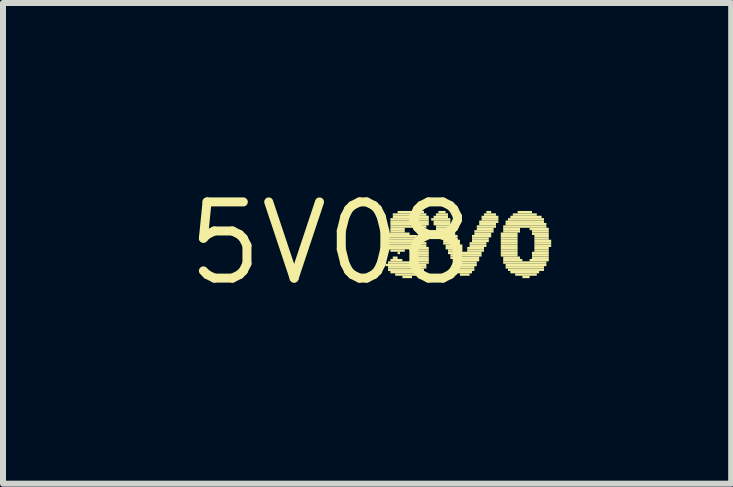
<source format=kicad_pcb>
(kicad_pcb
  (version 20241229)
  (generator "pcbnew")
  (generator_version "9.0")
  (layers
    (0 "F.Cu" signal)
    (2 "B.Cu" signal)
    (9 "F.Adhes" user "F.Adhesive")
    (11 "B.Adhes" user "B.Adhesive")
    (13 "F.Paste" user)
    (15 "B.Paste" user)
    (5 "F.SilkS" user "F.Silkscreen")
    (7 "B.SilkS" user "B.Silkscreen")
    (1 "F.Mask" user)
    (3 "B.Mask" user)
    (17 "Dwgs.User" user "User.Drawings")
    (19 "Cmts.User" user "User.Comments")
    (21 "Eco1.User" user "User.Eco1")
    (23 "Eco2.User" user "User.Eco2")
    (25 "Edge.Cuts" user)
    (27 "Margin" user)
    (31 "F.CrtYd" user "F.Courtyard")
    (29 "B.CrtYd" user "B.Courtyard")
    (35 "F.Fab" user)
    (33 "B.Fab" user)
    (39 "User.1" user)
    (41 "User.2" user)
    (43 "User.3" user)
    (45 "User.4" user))
  (footprint "5V08"
    (layer "F.Cu")
    (at 2.457 1.006)
    (property "Reference" "5V08" (at 0 0 0) (layer "F.SilkS") (effects (font (size 1.27 1.27) (thickness 0.15))))
    (fp_poly (pts (xy 0.92 0.38) (xy 1.6 0.38) (xy 1.6 0.34) (xy 0.92 0.34)) (stroke (width 0) (type solid)) (fill yes) (layer "F.SilkS"))
    (fp_poly (pts (xy 0.96 -0.14) (xy 1.32 -0.14) (xy 1.32 -0.18) (xy 0.96 -0.18)) (stroke (width 0) (type solid)) (fill yes) (layer "F.SilkS"))
    (fp_poly (pts (xy 0.96 -0.1) (xy 1.44 -0.1) (xy 1.44 -0.14) (xy 0.96 -0.14)) (stroke (width 0) (type solid)) (fill yes) (layer "F.SilkS"))
    (fp_poly (pts (xy 0.96 -0.06) (xy 1.52 -0.06) (xy 1.52 -0.1) (xy 0.96 -0.1)) (stroke (width 0) (type solid)) (fill yes) (layer "F.SilkS"))
    (fp_poly (pts (xy 0.96 -0.02) (xy 1.56 -0.02) (xy 1.56 -0.06) (xy 0.96 -0.06)) (stroke (width 0) (type solid)) (fill yes) (layer "F.SilkS"))
    (fp_poly (pts (xy 0.96 0.02) (xy 1.6 0.02) (xy 1.6 -0.02) (xy 0.96 -0.02)) (stroke (width 0) (type solid)) (fill yes) (layer "F.SilkS"))
    (fp_poly (pts (xy 0.96 0.06) (xy 1.6 0.06) (xy 1.6 0.02) (xy 0.96 0.02)) (stroke (width 0) (type solid)) (fill yes) (layer "F.SilkS"))
    (fp_poly (pts (xy 0.96 0.1) (xy 1.64 0.1) (xy 1.64 0.06) (xy 0.96 0.06)) (stroke (width 0) (type solid)) (fill yes) (layer "F.SilkS"))
    (fp_poly (pts (xy 0.96 0.34) (xy 1.64 0.34) (xy 1.64 0.3) (xy 0.96 0.3)) (stroke (width 0) (type solid)) (fill yes) (layer "F.SilkS"))
    (fp_poly (pts (xy 0.96 0.42) (xy 1.6 0.42) (xy 1.6 0.38) (xy 0.96 0.38)) (stroke (width 0) (type solid)) (fill yes) (layer "F.SilkS"))
    (fp_poly (pts (xy 0.96 0.46) (xy 1.56 0.46) (xy 1.56 0.42) (xy 0.96 0.42)) (stroke (width 0) (type solid)) (fill yes) (layer "F.SilkS"))
    (fp_poly (pts (xy 1 -0.38) (xy 1.64 -0.38) (xy 1.64 -0.42) (xy 1 -0.42)) (stroke (width 0) (type solid)) (fill yes) (layer "F.SilkS"))
    (fp_poly (pts (xy 1 -0.34) (xy 1.64 -0.34) (xy 1.64 -0.38) (xy 1 -0.38)) (stroke (width 0) (type solid)) (fill yes) (layer "F.SilkS"))
    (fp_poly (pts (xy 1 -0.3) (xy 1.64 -0.3) (xy 1.64 -0.34) (xy 1 -0.34)) (stroke (width 0) (type solid)) (fill yes) (layer "F.SilkS"))
    (fp_poly (pts (xy 1 -0.26) (xy 1.6 -0.26) (xy 1.6 -0.3) (xy 1 -0.3)) (stroke (width 0) (type solid)) (fill yes) (layer "F.SilkS"))
    (fp_poly (pts (xy 1 -0.22) (xy 1.24 -0.22) (xy 1.24 -0.26) (xy 1 -0.26)) (stroke (width 0) (type solid)) (fill yes) (layer "F.SilkS"))
    (fp_poly (pts (xy 1 -0.18) (xy 1.24 -0.18) (xy 1.24 -0.22) (xy 1 -0.22)) (stroke (width 0) (type solid)) (fill yes) (layer "F.SilkS"))
    (fp_poly (pts (xy 1 0.14) (xy 1.24 0.14) (xy 1.24 0.1) (xy 1 0.1)) (stroke (width 0) (type solid)) (fill yes) (layer "F.SilkS"))
    (fp_poly (pts (xy 1 0.3) (xy 1.2 0.3) (xy 1.2 0.26) (xy 1 0.26)) (stroke (width 0) (type solid)) (fill yes) (layer "F.SilkS"))
    (fp_poly (pts (xy 1 0.5) (xy 1.52 0.5) (xy 1.52 0.46) (xy 1 0.46)) (stroke (width 0) (type solid)) (fill yes) (layer "F.SilkS"))
    (fp_poly (pts (xy 1.04 -0.46) (xy 1.6 -0.46) (xy 1.6 -0.5) (xy 1.04 -0.5)) (stroke (width 0) (type solid)) (fill yes) (layer "F.SilkS"))
    (fp_poly (pts (xy 1.04 -0.42) (xy 1.64 -0.42) (xy 1.64 -0.46) (xy 1.04 -0.46)) (stroke (width 0) (type solid)) (fill yes) (layer "F.SilkS"))
    (fp_poly (pts (xy 1.04 0.26) (xy 1.12 0.26) (xy 1.12 0.22) (xy 1.04 0.22)) (stroke (width 0) (type solid)) (fill yes) (layer "F.SilkS"))
    (fp_poly (pts (xy 1.08 0.54) (xy 1.48 0.54) (xy 1.48 0.5) (xy 1.08 0.5)) (stroke (width 0) (type solid)) (fill yes) (layer "F.SilkS"))
    (fp_poly (pts (xy 1.12 -0.5) (xy 1.56 -0.5) (xy 1.56 -0.54) (xy 1.12 -0.54)) (stroke (width 0) (type solid)) (fill yes) (layer "F.SilkS"))
    (fp_poly (pts (xy 1.12 0.18) (xy 1.16 0.18) (xy 1.16 0.14) (xy 1.12 0.14)) (stroke (width 0) (type solid)) (fill yes) (layer "F.SilkS"))
    (fp_poly (pts (xy 1.2 0.58) (xy 1.36 0.58) (xy 1.36 0.54) (xy 1.2 0.54)) (stroke (width 0) (type solid)) (fill yes) (layer "F.SilkS"))
    (fp_poly (pts (xy 1.36 0.14) (xy 1.64 0.14) (xy 1.64 0.1) (xy 1.36 0.1)) (stroke (width 0) (type solid)) (fill yes) (layer "F.SilkS"))
    (fp_poly (pts (xy 1.36 0.18) (xy 1.64 0.18) (xy 1.64 0.14) (xy 1.36 0.14)) (stroke (width 0) (type solid)) (fill yes) (layer "F.SilkS"))
    (fp_poly (pts (xy 1.36 0.26) (xy 1.64 0.26) (xy 1.64 0.22) (xy 1.36 0.22)) (stroke (width 0) (type solid)) (fill yes) (layer "F.SilkS"))
    (fp_poly (pts (xy 1.36 0.3) (xy 1.64 0.3) (xy 1.64 0.26) (xy 1.36 0.26)) (stroke (width 0) (type solid)) (fill yes) (layer "F.SilkS"))
    (fp_poly (pts (xy 1.4 0.22) (xy 1.64 0.22) (xy 1.64 0.18) (xy 1.4 0.18)) (stroke (width 0) (type solid)) (fill yes) (layer "F.SilkS"))
    (fp_poly (pts (xy 1.68 -0.38) (xy 2 -0.38) (xy 2 -0.42) (xy 1.68 -0.42)) (stroke (width 0) (type solid)) (fill yes) (layer "F.SilkS"))
    (fp_poly (pts (xy 1.72 -0.42) (xy 1.96 -0.42) (xy 1.96 -0.46) (xy 1.72 -0.46)) (stroke (width 0) (type solid)) (fill yes) (layer "F.SilkS"))
    (fp_poly (pts (xy 1.72 -0.34) (xy 2 -0.34) (xy 2 -0.38) (xy 1.72 -0.38)) (stroke (width 0) (type solid)) (fill yes) (layer "F.SilkS"))
    (fp_poly (pts (xy 1.72 -0.3) (xy 2 -0.3) (xy 2 -0.34) (xy 1.72 -0.34)) (stroke (width 0) (type solid)) (fill yes) (layer "F.SilkS"))
    (fp_poly (pts (xy 1.76 -0.46) (xy 1.96 -0.46) (xy 1.96 -0.5) (xy 1.76 -0.5)) (stroke (width 0) (type solid)) (fill yes) (layer "F.SilkS"))
    (fp_poly (pts (xy 1.76 -0.26) (xy 2.04 -0.26) (xy 2.04 -0.3) (xy 1.76 -0.3)) (stroke (width 0) (type solid)) (fill yes) (layer "F.SilkS"))
    (fp_poly (pts (xy 1.76 -0.22) (xy 2.04 -0.22) (xy 2.04 -0.26) (xy 1.76 -0.26)) (stroke (width 0) (type solid)) (fill yes) (layer "F.SilkS"))
    (fp_poly (pts (xy 1.8 -0.5) (xy 1.92 -0.5) (xy 1.92 -0.54) (xy 1.8 -0.54)) (stroke (width 0) (type solid)) (fill yes) (layer "F.SilkS"))
    (fp_poly (pts (xy 1.8 -0.18) (xy 2.08 -0.18) (xy 2.08 -0.22) (xy 1.8 -0.22)) (stroke (width 0) (type solid)) (fill yes) (layer "F.SilkS"))
    (fp_poly (pts (xy 1.8 -0.14) (xy 2.08 -0.14) (xy 2.08 -0.18) (xy 1.8 -0.18)) (stroke (width 0) (type solid)) (fill yes) (layer "F.SilkS"))
    (fp_poly (pts (xy 1.84 -0.1) (xy 2.12 -0.1) (xy 2.12 -0.14) (xy 1.84 -0.14)) (stroke (width 0) (type solid)) (fill yes) (layer "F.SilkS"))
    (fp_poly (pts (xy 1.84 -0.06) (xy 2.12 -0.06) (xy 2.12 -0.1) (xy 1.84 -0.1)) (stroke (width 0) (type solid)) (fill yes) (layer "F.SilkS"))
    (fp_poly (pts (xy 1.88 -0.02) (xy 2.16 -0.02) (xy 2.16 -0.06) (xy 1.88 -0.06)) (stroke (width 0) (type solid)) (fill yes) (layer "F.SilkS"))
    (fp_poly (pts (xy 1.88 0.02) (xy 2.16 0.02) (xy 2.16 -0.02) (xy 1.88 -0.02)) (stroke (width 0) (type solid)) (fill yes) (layer "F.SilkS"))
    (fp_poly (pts (xy 1.92 0.06) (xy 2.2 0.06) (xy 2.2 0.02) (xy 1.92 0.02)) (stroke (width 0) (type solid)) (fill yes) (layer "F.SilkS"))
    (fp_poly (pts (xy 1.92 0.1) (xy 2.2 0.1) (xy 2.2 0.06) (xy 1.92 0.06)) (stroke (width 0) (type solid)) (fill yes) (layer "F.SilkS"))
    (fp_poly (pts (xy 1.96 0.14) (xy 2.2 0.14) (xy 2.2 0.1) (xy 1.96 0.1)) (stroke (width 0) (type solid)) (fill yes) (layer "F.SilkS"))
    (fp_poly (pts (xy 1.96 0.18) (xy 2.52 0.18) (xy 2.52 0.14) (xy 1.96 0.14)) (stroke (width 0) (type solid)) (fill yes) (layer "F.SilkS"))
    (fp_poly (pts (xy 2 0.22) (xy 2.52 0.22) (xy 2.52 0.18) (xy 2 0.18)) (stroke (width 0) (type solid)) (fill yes) (layer "F.SilkS"))
    (fp_poly (pts (xy 2 0.26) (xy 2.48 0.26) (xy 2.48 0.22) (xy 2 0.22)) (stroke (width 0) (type solid)) (fill yes) (layer "F.SilkS"))
    (fp_poly (pts (xy 2.04 0.3) (xy 2.48 0.3) (xy 2.48 0.26) (xy 2.04 0.26)) (stroke (width 0) (type solid)) (fill yes) (layer "F.SilkS"))
    (fp_poly (pts (xy 2.04 0.34) (xy 2.44 0.34) (xy 2.44 0.3) (xy 2.04 0.3)) (stroke (width 0) (type solid)) (fill yes) (layer "F.SilkS"))
    (fp_poly (pts (xy 2.08 0.38) (xy 2.44 0.38) (xy 2.44 0.34) (xy 2.08 0.34)) (stroke (width 0) (type solid)) (fill yes) (layer "F.SilkS"))
    (fp_poly (pts (xy 2.08 0.42) (xy 2.4 0.42) (xy 2.4 0.38) (xy 2.08 0.38)) (stroke (width 0) (type solid)) (fill yes) (layer "F.SilkS"))
    (fp_poly (pts (xy 2.08 0.46) (xy 2.4 0.46) (xy 2.4 0.42) (xy 2.08 0.42)) (stroke (width 0) (type solid)) (fill yes) (layer "F.SilkS"))
    (fp_poly (pts (xy 2.12 0.5) (xy 2.36 0.5) (xy 2.36 0.46) (xy 2.12 0.46)) (stroke (width 0) (type solid)) (fill yes) (layer "F.SilkS"))
    (fp_poly (pts (xy 2.16 0.54) (xy 2.32 0.54) (xy 2.32 0.5) (xy 2.16 0.5)) (stroke (width 0) (type solid)) (fill yes) (layer "F.SilkS"))
    (fp_poly (pts (xy 2.28 0.1) (xy 2.56 0.1) (xy 2.56 0.06) (xy 2.28 0.06)) (stroke (width 0) (type solid)) (fill yes) (layer "F.SilkS"))
    (fp_poly (pts (xy 2.28 0.14) (xy 2.56 0.14) (xy 2.56 0.1) (xy 2.28 0.1)) (stroke (width 0) (type solid)) (fill yes) (layer "F.SilkS"))
    (fp_poly (pts (xy 2.32 0.02) (xy 2.6 0.02) (xy 2.6 -0.02) (xy 2.32 -0.02)) (stroke (width 0) (type solid)) (fill yes) (layer "F.SilkS"))
    (fp_poly (pts (xy 2.32 0.06) (xy 2.6 0.06) (xy 2.6 0.02) (xy 2.32 0.02)) (stroke (width 0) (type solid)) (fill yes) (layer "F.SilkS"))
    (fp_poly (pts (xy 2.36 -0.1) (xy 2.68 -0.1) (xy 2.68 -0.14) (xy 2.36 -0.14)) (stroke (width 0) (type solid)) (fill yes) (layer "F.SilkS"))
    (fp_poly (pts (xy 2.36 -0.06) (xy 2.64 -0.06) (xy 2.64 -0.1) (xy 2.36 -0.1)) (stroke (width 0) (type solid)) (fill yes) (layer "F.SilkS"))
    (fp_poly (pts (xy 2.36 -0.02) (xy 2.64 -0.02) (xy 2.64 -0.06) (xy 2.36 -0.06)) (stroke (width 0) (type solid)) (fill yes) (layer "F.SilkS"))
    (fp_poly (pts (xy 2.4 -0.18) (xy 2.72 -0.18) (xy 2.72 -0.22) (xy 2.4 -0.22)) (stroke (width 0) (type solid)) (fill yes) (layer "F.SilkS"))
    (fp_poly (pts (xy 2.4 -0.14) (xy 2.68 -0.14) (xy 2.68 -0.18) (xy 2.4 -0.18)) (stroke (width 0) (type solid)) (fill yes) (layer "F.SilkS"))
    (fp_poly (pts (xy 2.44 -0.26) (xy 2.76 -0.26) (xy 2.76 -0.3) (xy 2.44 -0.3)) (stroke (width 0) (type solid)) (fill yes) (layer "F.SilkS"))
    (fp_poly (pts (xy 2.44 -0.22) (xy 2.72 -0.22) (xy 2.72 -0.26) (xy 2.44 -0.26)) (stroke (width 0) (type solid)) (fill yes) (layer "F.SilkS"))
    (fp_poly (pts (xy 2.48 -0.34) (xy 2.8 -0.34) (xy 2.8 -0.38) (xy 2.48 -0.38)) (stroke (width 0) (type solid)) (fill yes) (layer "F.SilkS"))
    (fp_poly (pts (xy 2.48 -0.3) (xy 2.76 -0.3) (xy 2.76 -0.34) (xy 2.48 -0.34)) (stroke (width 0) (type solid)) (fill yes) (layer "F.SilkS"))
    (fp_poly (pts (xy 2.52 -0.42) (xy 2.8 -0.42) (xy 2.8 -0.46) (xy 2.52 -0.46)) (stroke (width 0) (type solid)) (fill yes) (layer "F.SilkS"))
    (fp_poly (pts (xy 2.52 -0.38) (xy 2.8 -0.38) (xy 2.8 -0.42) (xy 2.52 -0.42)) (stroke (width 0) (type solid)) (fill yes) (layer "F.SilkS"))
    (fp_poly (pts (xy 2.56 -0.46) (xy 2.76 -0.46) (xy 2.76 -0.5) (xy 2.56 -0.5)) (stroke (width 0) (type solid)) (fill yes) (layer "F.SilkS"))
    (fp_poly (pts (xy 2.6 -0.5) (xy 2.68 -0.5) (xy 2.68 -0.54) (xy 2.6 -0.54)) (stroke (width 0) (type solid)) (fill yes) (layer "F.SilkS"))
    (fp_poly (pts (xy 2.84 -0.14) (xy 3.12 -0.14) (xy 3.12 -0.18) (xy 2.84 -0.18)) (stroke (width 0) (type solid)) (fill yes) (layer "F.SilkS"))
    (fp_poly (pts (xy 2.84 -0.1) (xy 3.12 -0.1) (xy 3.12 -0.14) (xy 2.84 -0.14)) (stroke (width 0) (type solid)) (fill yes) (layer "F.SilkS"))
    (fp_poly (pts (xy 2.84 -0.06) (xy 3.12 -0.06) (xy 3.12 -0.1) (xy 2.84 -0.1)) (stroke (width 0) (type solid)) (fill yes) (layer "F.SilkS"))
    (fp_poly (pts (xy 2.84 -0.02) (xy 3.12 -0.02) (xy 3.12 -0.06) (xy 2.84 -0.06)) (stroke (width 0) (type solid)) (fill yes) (layer "F.SilkS"))
    (fp_poly (pts (xy 2.84 0.02) (xy 3.12 0.02) (xy 3.12 -0.02) (xy 2.84 -0.02)) (stroke (width 0) (type solid)) (fill yes) (layer "F.SilkS"))
    (fp_poly (pts (xy 2.84 0.06) (xy 3.12 0.06) (xy 3.12 0.02) (xy 2.84 0.02)) (stroke (width 0) (type solid)) (fill yes) (layer "F.SilkS"))
    (fp_poly (pts (xy 2.84 0.1) (xy 3.12 0.1) (xy 3.12 0.06) (xy 2.84 0.06)) (stroke (width 0) (type solid)) (fill yes) (layer "F.SilkS"))
    (fp_poly (pts (xy 2.84 0.14) (xy 3.12 0.14) (xy 3.12 0.1) (xy 2.84 0.1)) (stroke (width 0) (type solid)) (fill yes) (layer "F.SilkS"))
    (fp_poly (pts (xy 2.84 0.18) (xy 3.12 0.18) (xy 3.12 0.14) (xy 2.84 0.14)) (stroke (width 0) (type solid)) (fill yes) (layer "F.SilkS"))
    (fp_poly (pts (xy 2.84 0.22) (xy 3.12 0.22) (xy 3.12 0.18) (xy 2.84 0.18)) (stroke (width 0) (type solid)) (fill yes) (layer "F.SilkS"))
    (fp_poly (pts (xy 2.88 -0.26) (xy 3.6 -0.26) (xy 3.6 -0.3) (xy 2.88 -0.3)) (stroke (width 0) (type solid)) (fill yes) (layer "F.SilkS"))
    (fp_poly (pts (xy 2.88 -0.22) (xy 3.16 -0.22) (xy 3.16 -0.26) (xy 2.88 -0.26)) (stroke (width 0) (type solid)) (fill yes) (layer "F.SilkS"))
    (fp_poly (pts (xy 2.88 -0.18) (xy 3.16 -0.18) (xy 3.16 -0.22) (xy 2.88 -0.22)) (stroke (width 0) (type solid)) (fill yes) (layer "F.SilkS"))
    (fp_poly (pts (xy 2.88 0.26) (xy 3.16 0.26) (xy 3.16 0.22) (xy 2.88 0.22)) (stroke (width 0) (type solid)) (fill yes) (layer "F.SilkS"))
    (fp_poly (pts (xy 2.88 0.3) (xy 3.2 0.3) (xy 3.2 0.26) (xy 2.88 0.26)) (stroke (width 0) (type solid)) (fill yes) (layer "F.SilkS"))
    (fp_poly (pts (xy 2.88 0.34) (xy 3.6 0.34) (xy 3.6 0.3) (xy 2.88 0.3)) (stroke (width 0) (type solid)) (fill yes) (layer "F.SilkS"))
    (fp_poly (pts (xy 2.92 -0.34) (xy 3.56 -0.34) (xy 3.56 -0.38) (xy 2.92 -0.38)) (stroke (width 0) (type solid)) (fill yes) (layer "F.SilkS"))
    (fp_poly (pts (xy 2.92 -0.3) (xy 3.6 -0.3) (xy 3.6 -0.34) (xy 2.92 -0.34)) (stroke (width 0) (type solid)) (fill yes) (layer "F.SilkS"))
    (fp_poly (pts (xy 2.92 0.38) (xy 3.6 0.38) (xy 3.6 0.34) (xy 2.92 0.34)) (stroke (width 0) (type solid)) (fill yes) (layer "F.SilkS"))
    (fp_poly (pts (xy 2.92 0.42) (xy 3.56 0.42) (xy 3.56 0.38) (xy 2.92 0.38)) (stroke (width 0) (type solid)) (fill yes) (layer "F.SilkS"))
    (fp_poly (pts (xy 2.96 -0.38) (xy 3.56 -0.38) (xy 3.56 -0.42) (xy 2.96 -0.42)) (stroke (width 0) (type solid)) (fill yes) (layer "F.SilkS"))
    (fp_poly (pts (xy 2.96 0.46) (xy 3.56 0.46) (xy 3.56 0.42) (xy 2.96 0.42)) (stroke (width 0) (type solid)) (fill yes) (layer "F.SilkS"))
    (fp_poly (pts (xy 3 -0.42) (xy 3.52 -0.42) (xy 3.52 -0.46) (xy 3 -0.46)) (stroke (width 0) (type solid)) (fill yes) (layer "F.SilkS"))
    (fp_poly (pts (xy 3 0.5) (xy 3.48 0.5) (xy 3.48 0.46) (xy 3 0.46)) (stroke (width 0) (type solid)) (fill yes) (layer "F.SilkS"))
    (fp_poly (pts (xy 3.04 -0.46) (xy 3.44 -0.46) (xy 3.44 -0.5) (xy 3.04 -0.5)) (stroke (width 0) (type solid)) (fill yes) (layer "F.SilkS"))
    (fp_poly (pts (xy 3.08 0.54) (xy 3.44 0.54) (xy 3.44 0.5) (xy 3.08 0.5)) (stroke (width 0) (type solid)) (fill yes) (layer "F.SilkS"))
    (fp_poly (pts (xy 3.12 -0.5) (xy 3.36 -0.5) (xy 3.36 -0.54) (xy 3.12 -0.54)) (stroke (width 0) (type solid)) (fill yes) (layer "F.SilkS"))
    (fp_poly (pts (xy 3.2 0.58) (xy 3.32 0.58) (xy 3.32 0.54) (xy 3.2 0.54)) (stroke (width 0) (type solid)) (fill yes) (layer "F.SilkS"))
    (fp_poly (pts (xy 3.32 -0.22) (xy 3.64 -0.22) (xy 3.64 -0.26) (xy 3.32 -0.26)) (stroke (width 0) (type solid)) (fill yes) (layer "F.SilkS"))
    (fp_poly (pts (xy 3.32 0.3) (xy 3.64 0.3) (xy 3.64 0.26) (xy 3.32 0.26)) (stroke (width 0) (type solid)) (fill yes) (layer "F.SilkS"))
    (fp_poly (pts (xy 3.36 -0.18) (xy 3.64 -0.18) (xy 3.64 -0.22) (xy 3.36 -0.22)) (stroke (width 0) (type solid)) (fill yes) (layer "F.SilkS"))
    (fp_poly (pts (xy 3.36 -0.14) (xy 3.64 -0.14) (xy 3.64 -0.18) (xy 3.36 -0.18)) (stroke (width 0) (type solid)) (fill yes) (layer "F.SilkS"))
    (fp_poly (pts (xy 3.36 0.18) (xy 3.64 0.18) (xy 3.64 0.14) (xy 3.36 0.14)) (stroke (width 0) (type solid)) (fill yes) (layer "F.SilkS"))
    (fp_poly (pts (xy 3.36 0.22) (xy 3.64 0.22) (xy 3.64 0.18) (xy 3.36 0.18)) (stroke (width 0) (type solid)) (fill yes) (layer "F.SilkS"))
    (fp_poly (pts (xy 3.36 0.26) (xy 3.64 0.26) (xy 3.64 0.22) (xy 3.36 0.22)) (stroke (width 0) (type solid)) (fill yes) (layer "F.SilkS"))
    (fp_poly (pts (xy 3.4 -0.1) (xy 3.64 -0.1) (xy 3.64 -0.14) (xy 3.4 -0.14)) (stroke (width 0) (type solid)) (fill yes) (layer "F.SilkS"))
    (fp_poly (pts (xy 3.4 -0.06) (xy 3.64 -0.06) (xy 3.64 -0.1) (xy 3.4 -0.1)) (stroke (width 0) (type solid)) (fill yes) (layer "F.SilkS"))
    (fp_poly (pts (xy 3.4 -0.02) (xy 3.68 -0.02) (xy 3.68 -0.06) (xy 3.4 -0.06)) (stroke (width 0) (type solid)) (fill yes) (layer "F.SilkS"))
    (fp_poly (pts (xy 3.4 0.02) (xy 3.68 0.02) (xy 3.68 -0.02) (xy 3.4 -0.02)) (stroke (width 0) (type solid)) (fill yes) (layer "F.SilkS"))
    (fp_poly (pts (xy 3.4 0.06) (xy 3.68 0.06) (xy 3.68 0.02) (xy 3.4 0.02)) (stroke (width 0) (type solid)) (fill yes) (layer "F.SilkS"))
    (fp_poly (pts (xy 3.4 0.1) (xy 3.64 0.1) (xy 3.64 0.06) (xy 3.4 0.06)) (stroke (width 0) (type solid)) (fill yes) (layer "F.SilkS"))
    (fp_poly (pts (xy 3.4 0.14) (xy 3.64 0.14) (xy 3.64 0.1) (xy 3.4 0.1)) (stroke (width 0) (type solid)) (fill yes) (layer "F.SilkS")))
  (gr_rect
    (start -3 -3)
    (end 9.137 5.012)
    (stroke (width 0.1) (type default))
    (fill no)
    (layer "Edge.Cuts")))
</source>
